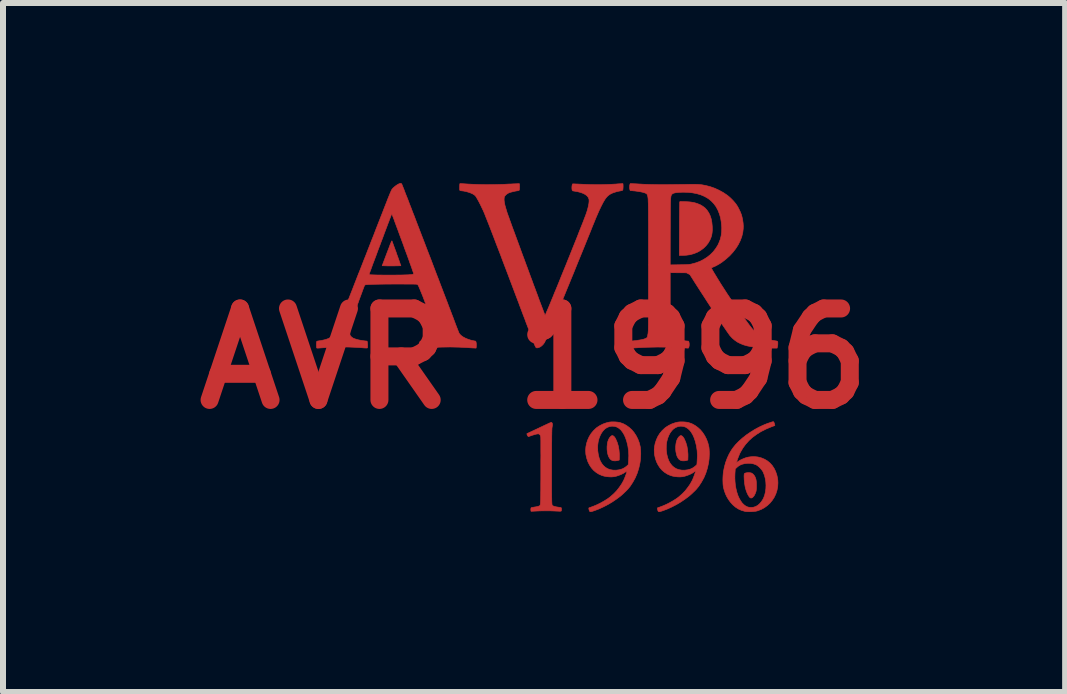
<source format=kicad_pcb>
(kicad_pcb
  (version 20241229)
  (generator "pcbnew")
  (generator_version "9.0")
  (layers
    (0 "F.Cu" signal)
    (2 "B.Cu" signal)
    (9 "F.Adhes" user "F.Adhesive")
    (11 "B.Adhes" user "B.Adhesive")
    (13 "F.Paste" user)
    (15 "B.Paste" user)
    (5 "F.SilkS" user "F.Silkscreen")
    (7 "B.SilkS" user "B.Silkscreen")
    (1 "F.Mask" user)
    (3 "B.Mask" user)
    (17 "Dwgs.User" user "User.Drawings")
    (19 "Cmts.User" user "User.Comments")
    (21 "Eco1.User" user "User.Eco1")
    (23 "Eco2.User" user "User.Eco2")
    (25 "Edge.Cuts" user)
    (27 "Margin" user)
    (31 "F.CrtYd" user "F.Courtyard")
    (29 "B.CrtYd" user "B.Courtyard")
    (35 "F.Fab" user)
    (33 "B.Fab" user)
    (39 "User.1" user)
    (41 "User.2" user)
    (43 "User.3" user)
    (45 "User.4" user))
  (footprint "AVR 1996"
    (layer "F.Cu")
    (at 5.849 2.925)
    (property "Reference" "AVR 1996" (at 0 0 0) (layer "F.Cu") (effects (font (size 1.524 1.524) (thickness 0.3))))
    (attr through_hole)
    (fp_poly (pts (xy 1.318 1.287) (xy 1.333 1.298) (xy 1.348 1.317) (xy 1.36 1.337) (xy 1.385 1.394) (xy 1.404 1.456) (xy 1.416 1.523) (xy 1.422 1.594) (xy 1.422 1.634) (xy 1.42 1.691) (xy 1.404 1.696) (xy 1.384 1.701) (xy 1.36 1.704) (xy 1.336 1.704) (xy 1.317 1.702) (xy 1.293 1.693) (xy 1.272 1.678) (xy 1.256 1.657) (xy 1.24 1.628) (xy 1.229 1.592) (xy 1.221 1.553) (xy 1.217 1.511) (xy 1.217 1.468) (xy 1.221 1.426) (xy 1.228 1.387) (xy 1.24 1.352) (xy 1.248 1.337) (xy 1.26 1.317) (xy 1.274 1.301) (xy 1.288 1.289) (xy 1.301 1.283) (xy 1.304 1.283) (xy 1.318 1.287)) (stroke (width 0.01) (type solid)) (fill yes) (layer "F.Cu"))
    (fp_poly (pts (xy 2.461 1.287) (xy 2.476 1.298) (xy 2.491 1.317) (xy 2.503 1.337) (xy 2.528 1.394) (xy 2.547 1.456) (xy 2.559 1.523) (xy 2.565 1.594) (xy 2.565 1.634) (xy 2.563 1.691) (xy 2.547 1.696) (xy 2.527 1.701) (xy 2.503 1.704) (xy 2.479 1.704) (xy 2.46 1.702) (xy 2.436 1.693) (xy 2.415 1.678) (xy 2.399 1.657) (xy 2.383 1.628) (xy 2.372 1.592) (xy 2.364 1.553) (xy 2.36 1.511) (xy 2.36 1.468) (xy 2.364 1.426) (xy 2.371 1.387) (xy 2.383 1.352) (xy 2.391 1.337) (xy 2.403 1.317) (xy 2.417 1.301) (xy 2.431 1.289) (xy 2.444 1.283) (xy 2.447 1.283) (xy 2.461 1.287)) (stroke (width 0.01) (type solid)) (fill yes) (layer "F.Cu"))
    (fp_poly (pts (xy -2.367 -1.96) (xy -2.362 -1.946) (xy -2.355 -1.927) (xy -2.346 -1.902) (xy -2.336 -1.874) (xy -2.324 -1.842) (xy -2.312 -1.809) (xy -2.299 -1.774) (xy -2.287 -1.738) (xy -2.274 -1.703) (xy -2.262 -1.67) (xy -2.251 -1.639) (xy -2.241 -1.61) (xy -2.233 -1.586) (xy -2.226 -1.567) (xy -2.221 -1.554) (xy -2.219 -1.548) (xy -2.219 -1.547) (xy -2.224 -1.547) (xy -2.236 -1.546) (xy -2.254 -1.546) (xy -2.277 -1.545) (xy -2.303 -1.545) (xy -2.331 -1.544) (xy -2.36 -1.544) (xy -2.389 -1.544) (xy -2.416 -1.544) (xy -2.44 -1.544) (xy -2.46 -1.545) (xy -2.464 -1.545) (xy -2.531 -1.547) (xy -2.451 -1.759) (xy -2.433 -1.806) (xy -2.418 -1.845) (xy -2.406 -1.878) (xy -2.396 -1.904) (xy -2.387 -1.925) (xy -2.381 -1.94) (xy -2.376 -1.951) (xy -2.372 -1.958) (xy -2.37 -1.961) (xy -2.368 -1.961) (xy -2.367 -1.96)) (stroke (width 0.01) (type solid)) (fill yes) (layer "F.Cu"))
    (fp_poly (pts (xy 2.512 -2.615) (xy 2.559 -2.613) (xy 2.599 -2.61) (xy 2.634 -2.605) (xy 2.667 -2.599) (xy 2.699 -2.59) (xy 2.718 -2.584) (xy 2.768 -2.564) (xy 2.812 -2.538) (xy 2.851 -2.508) (xy 2.884 -2.471) (xy 2.913 -2.427) (xy 2.916 -2.421) (xy 2.936 -2.378) (xy 2.952 -2.328) (xy 2.963 -2.272) (xy 2.969 -2.21) (xy 2.97 -2.193) (xy 2.971 -2.141) (xy 2.967 -2.094) (xy 2.96 -2.052) (xy 2.947 -2.012) (xy 2.931 -1.975) (xy 2.901 -1.923) (xy 2.864 -1.877) (xy 2.821 -1.836) (xy 2.773 -1.801) (xy 2.72 -1.771) (xy 2.662 -1.748) (xy 2.601 -1.731) (xy 2.536 -1.722) (xy 2.476 -1.719) (xy 2.421 -1.719) (xy 2.423 -2.158) (xy 2.423 -2.218) (xy 2.423 -2.277) (xy 2.424 -2.332) (xy 2.424 -2.384) (xy 2.425 -2.432) (xy 2.425 -2.475) (xy 2.425 -2.513) (xy 2.426 -2.546) (xy 2.426 -2.572) (xy 2.427 -2.591) (xy 2.427 -2.603) (xy 2.428 -2.607) (xy 2.431 -2.617) (xy 2.512 -2.615)) (stroke (width 0.01) (type solid)) (fill yes) (layer "F.Cu"))
    (fp_poly (pts (xy 3.595 1.902) (xy 3.615 1.905) (xy 3.617 1.905) (xy 3.633 1.913) (xy 3.65 1.926) (xy 3.666 1.944) (xy 3.679 1.963) (xy 3.682 1.97) (xy 3.691 1.991) (xy 3.698 2.013) (xy 3.702 2.037) (xy 3.705 2.065) (xy 3.706 2.099) (xy 3.706 2.117) (xy 3.706 2.147) (xy 3.705 2.171) (xy 3.703 2.189) (xy 3.701 2.204) (xy 3.699 2.214) (xy 3.685 2.252) (xy 3.668 2.285) (xy 3.65 2.306) (xy 3.635 2.319) (xy 3.62 2.324) (xy 3.606 2.322) (xy 3.6 2.318) (xy 3.587 2.305) (xy 3.574 2.286) (xy 3.56 2.261) (xy 3.547 2.232) (xy 3.535 2.2) (xy 3.525 2.166) (xy 3.524 2.164) (xy 3.518 2.138) (xy 3.513 2.108) (xy 3.508 2.077) (xy 3.505 2.045) (xy 3.502 2.014) (xy 3.501 1.985) (xy 3.5 1.96) (xy 3.501 1.939) (xy 3.503 1.924) (xy 3.506 1.917) (xy 3.516 1.91) (xy 3.531 1.905) (xy 3.551 1.902) (xy 3.573 1.901) (xy 3.595 1.902)) (stroke (width 0.01) (type solid)) (fill yes) (layer "F.Cu"))
    (fp_poly (pts (xy 0.296 1.066) (xy 0.303 1.078) (xy 0.303 1.078) (xy 0.306 1.086) (xy 0.307 1.094) (xy 0.307 1.103) (xy 0.306 1.117) (xy 0.302 1.138) (xy 0.302 1.138) (xy 0.301 1.145) (xy 0.3 1.153) (xy 0.299 1.161) (xy 0.298 1.171) (xy 0.298 1.183) (xy 0.297 1.198) (xy 0.297 1.215) (xy 0.296 1.236) (xy 0.296 1.261) (xy 0.295 1.289) (xy 0.295 1.323) (xy 0.295 1.361) (xy 0.294 1.405) (xy 0.294 1.455) (xy 0.294 1.512) (xy 0.294 1.575) (xy 0.294 1.646) (xy 0.293 1.724) (xy 0.293 1.767) (xy 0.293 1.856) (xy 0.293 1.937) (xy 0.293 2.01) (xy 0.293 2.075) (xy 0.293 2.134) (xy 0.293 2.186) (xy 0.293 2.232) (xy 0.294 2.273) (xy 0.294 2.308) (xy 0.295 2.338) (xy 0.295 2.363) (xy 0.296 2.384) (xy 0.297 2.402) (xy 0.298 2.416) (xy 0.299 2.427) (xy 0.3 2.435) (xy 0.302 2.441) (xy 0.303 2.443) (xy 0.31 2.451) (xy 0.324 2.458) (xy 0.345 2.465) (xy 0.371 2.471) (xy 0.402 2.476) (xy 0.423 2.479) (xy 0.438 2.481) (xy 0.449 2.484) (xy 0.454 2.487) (xy 0.456 2.494) (xy 0.457 2.507) (xy 0.457 2.521) (xy 0.455 2.534) (xy 0.453 2.54) (xy 0.451 2.541) (xy 0.447 2.543) (xy 0.439 2.543) (xy 0.427 2.544) (xy 0.41 2.543) (xy 0.387 2.542) (xy 0.357 2.541) (xy 0.338 2.54) (xy 0.261 2.537) (xy 0.183 2.537) (xy 0.102 2.538) (xy 0.015 2.542) (xy -0.001 2.543) (xy -0.05 2.545) (xy -0.053 2.527) (xy -0.054 2.512) (xy -0.052 2.498) (xy -0.052 2.496) (xy -0.05 2.49) (xy -0.047 2.486) (xy -0.042 2.483) (xy -0.033 2.481) (xy -0.018 2.479) (xy 0.002 2.475) (xy 0.035 2.47) (xy 0.062 2.464) (xy 0.082 2.458) (xy 0.094 2.452) (xy 0.097 2.45) (xy 0.099 2.447) (xy 0.101 2.443) (xy 0.102 2.439) (xy 0.104 2.433) (xy 0.105 2.425) (xy 0.106 2.414) (xy 0.107 2.401) (xy 0.108 2.384) (xy 0.109 2.364) (xy 0.11 2.339) (xy 0.11 2.31) (xy 0.111 2.277) (xy 0.111 2.237) (xy 0.112 2.192) (xy 0.112 2.14) (xy 0.112 2.082) (xy 0.113 2.017) (xy 0.113 1.944) (xy 0.113 1.863) (xy 0.113 1.859) (xy 0.113 1.77) (xy 0.113 1.689) (xy 0.114 1.616) (xy 0.113 1.552) (xy 0.113 1.495) (xy 0.113 1.445) (xy 0.113 1.403) (xy 0.113 1.368) (xy 0.112 1.341) (xy 0.112 1.32) (xy 0.111 1.306) (xy 0.11 1.298) (xy 0.11 1.297) (xy 0.102 1.276) (xy 0.09 1.262) (xy 0.077 1.255) (xy 0.066 1.255) (xy 0.048 1.257) (xy 0.025 1.262) (xy -0.002 1.27) (xy -0.033 1.279) (xy -0.046 1.284) (xy -0.094 1.301) (xy -0.104 1.29) (xy -0.112 1.279) (xy -0.117 1.265) (xy -0.119 1.251) (xy -0.065 1.226) (xy -0.048 1.218) (xy -0.025 1.207) (xy 0.003 1.194) (xy 0.035 1.179) (xy 0.069 1.163) (xy 0.104 1.146) (xy 0.135 1.132) (xy 0.167 1.116) (xy 0.198 1.102) (xy 0.226 1.089) (xy 0.249 1.078) (xy 0.268 1.07) (xy 0.281 1.065) (xy 0.288 1.063) (xy 0.288 1.063) (xy 0.296 1.066)) (stroke (width 0.01) (type solid)) (fill yes) (layer "F.Cu"))
    (fp_poly (pts (xy 1.357 1.056) (xy 1.39 1.059) (xy 1.419 1.063) (xy 1.434 1.067) (xy 1.488 1.086) (xy 1.539 1.114) (xy 1.586 1.148) (xy 1.63 1.188) (xy 1.668 1.234) (xy 1.702 1.286) (xy 1.73 1.341) (xy 1.753 1.401) (xy 1.769 1.465) (xy 1.772 1.481) (xy 1.775 1.511) (xy 1.777 1.548) (xy 1.778 1.588) (xy 1.776 1.63) (xy 1.774 1.672) (xy 1.769 1.712) (xy 1.765 1.74) (xy 1.746 1.826) (xy 1.72 1.909) (xy 1.687 1.987) (xy 1.646 2.061) (xy 1.6 2.131) (xy 1.579 2.156) (xy 1.562 2.177) (xy 1.539 2.201) (xy 1.513 2.226) (xy 1.486 2.252) (xy 1.459 2.276) (xy 1.439 2.293) (xy 1.375 2.341) (xy 1.306 2.388) (xy 1.232 2.432) (xy 1.157 2.471) (xy 1.081 2.506) (xy 1.008 2.534) (xy 0.998 2.537) (xy 0.974 2.545) (xy 0.956 2.55) (xy 0.943 2.552) (xy 0.935 2.551) (xy 0.929 2.547) (xy 0.925 2.543) (xy 0.921 2.534) (xy 0.917 2.521) (xy 0.914 2.507) (xy 0.913 2.496) (xy 0.913 2.489) (xy 0.914 2.489) (xy 0.919 2.486) (xy 0.93 2.482) (xy 0.94 2.479) (xy 0.996 2.458) (xy 1.055 2.433) (xy 1.115 2.403) (xy 1.173 2.37) (xy 1.227 2.336) (xy 1.275 2.3) (xy 1.278 2.297) (xy 1.329 2.252) (xy 1.377 2.202) (xy 1.42 2.147) (xy 1.459 2.091) (xy 1.491 2.034) (xy 1.498 2.019) (xy 1.506 2) (xy 1.515 1.978) (xy 1.524 1.954) (xy 1.533 1.93) (xy 1.54 1.908) (xy 1.546 1.891) (xy 1.547 1.884) (xy 1.55 1.87) (xy 1.528 1.887) (xy 1.495 1.909) (xy 1.456 1.929) (xy 1.414 1.946) (xy 1.371 1.96) (xy 1.33 1.969) (xy 1.328 1.969) (xy 1.292 1.972) (xy 1.251 1.971) (xy 1.209 1.967) (xy 1.167 1.959) (xy 1.13 1.948) (xy 1.08 1.926) (xy 1.034 1.897) (xy 0.992 1.862) (xy 0.955 1.82) (xy 0.924 1.773) (xy 0.898 1.721) (xy 0.879 1.665) (xy 0.865 1.604) (xy 0.863 1.59) (xy 0.86 1.53) (xy 0.861 1.509) (xy 1.06 1.509) (xy 1.062 1.54) (xy 1.071 1.601) (xy 1.085 1.657) (xy 1.104 1.706) (xy 1.128 1.748) (xy 1.157 1.784) (xy 1.19 1.813) (xy 1.228 1.836) (xy 1.27 1.851) (xy 1.317 1.859) (xy 1.367 1.86) (xy 1.421 1.853) (xy 1.427 1.851) (xy 1.469 1.839) (xy 1.508 1.819) (xy 1.542 1.794) (xy 1.544 1.792) (xy 1.571 1.767) (xy 1.575 1.706) (xy 1.579 1.618) (xy 1.575 1.535) (xy 1.563 1.455) (xy 1.544 1.378) (xy 1.524 1.319) (xy 1.502 1.27) (xy 1.476 1.227) (xy 1.448 1.191) (xy 1.416 1.163) (xy 1.383 1.143) (xy 1.347 1.131) (xy 1.309 1.127) (xy 1.294 1.127) (xy 1.254 1.134) (xy 1.217 1.149) (xy 1.183 1.171) (xy 1.153 1.201) (xy 1.125 1.239) (xy 1.105 1.276) (xy 1.084 1.328) (xy 1.069 1.385) (xy 1.061 1.445) (xy 1.06 1.509) (xy 0.861 1.509) (xy 0.864 1.47) (xy 0.876 1.411) (xy 0.895 1.354) (xy 0.92 1.299) (xy 0.952 1.248) (xy 0.99 1.202) (xy 1.033 1.161) (xy 1.05 1.147) (xy 1.097 1.117) (xy 1.148 1.091) (xy 1.201 1.072) (xy 1.253 1.059) (xy 1.261 1.058) (xy 1.29 1.055) (xy 1.323 1.055) (xy 1.357 1.056)) (stroke (width 0.01) (type solid)) (fill yes) (layer "F.Cu"))
    (fp_poly (pts (xy 2.5 1.056) (xy 2.533 1.059) (xy 2.562 1.063) (xy 2.577 1.067) (xy 2.631 1.086) (xy 2.682 1.114) (xy 2.729 1.148) (xy 2.773 1.188) (xy 2.811 1.234) (xy 2.845 1.286) (xy 2.873 1.341) (xy 2.896 1.401) (xy 2.912 1.465) (xy 2.915 1.481) (xy 2.918 1.511) (xy 2.92 1.548) (xy 2.921 1.588) (xy 2.919 1.63) (xy 2.917 1.672) (xy 2.912 1.712) (xy 2.908 1.74) (xy 2.889 1.826) (xy 2.863 1.909) (xy 2.83 1.987) (xy 2.789 2.061) (xy 2.743 2.131) (xy 2.722 2.156) (xy 2.705 2.177) (xy 2.682 2.201) (xy 2.656 2.226) (xy 2.629 2.252) (xy 2.602 2.276) (xy 2.582 2.293) (xy 2.518 2.341) (xy 2.449 2.388) (xy 2.375 2.432) (xy 2.3 2.471) (xy 2.224 2.506) (xy 2.151 2.534) (xy 2.141 2.537) (xy 2.117 2.545) (xy 2.099 2.55) (xy 2.086 2.552) (xy 2.078 2.551) (xy 2.072 2.547) (xy 2.068 2.543) (xy 2.064 2.534) (xy 2.06 2.521) (xy 2.057 2.507) (xy 2.056 2.496) (xy 2.056 2.489) (xy 2.057 2.489) (xy 2.062 2.486) (xy 2.073 2.482) (xy 2.083 2.479) (xy 2.139 2.458) (xy 2.198 2.433) (xy 2.258 2.403) (xy 2.316 2.37) (xy 2.37 2.336) (xy 2.418 2.3) (xy 2.421 2.297) (xy 2.472 2.252) (xy 2.52 2.202) (xy 2.563 2.147) (xy 2.602 2.091) (xy 2.634 2.034) (xy 2.641 2.019) (xy 2.649 2) (xy 2.658 1.978) (xy 2.667 1.954) (xy 2.676 1.93) (xy 2.683 1.908) (xy 2.689 1.891) (xy 2.69 1.884) (xy 2.693 1.87) (xy 2.671 1.887) (xy 2.638 1.909) (xy 2.599 1.929) (xy 2.557 1.946) (xy 2.514 1.96) (xy 2.473 1.969) (xy 2.471 1.969) (xy 2.435 1.972) (xy 2.394 1.971) (xy 2.352 1.967) (xy 2.31 1.959) (xy 2.273 1.948) (xy 2.223 1.926) (xy 2.177 1.897) (xy 2.135 1.862) (xy 2.098 1.82) (xy 2.067 1.773) (xy 2.041 1.721) (xy 2.022 1.665) (xy 2.008 1.604) (xy 2.006 1.59) (xy 2.003 1.53) (xy 2.004 1.509) (xy 2.203 1.509) (xy 2.205 1.54) (xy 2.214 1.601) (xy 2.228 1.657) (xy 2.247 1.706) (xy 2.271 1.748) (xy 2.3 1.784) (xy 2.333 1.813) (xy 2.371 1.836) (xy 2.413 1.851) (xy 2.46 1.859) (xy 2.51 1.86) (xy 2.564 1.853) (xy 2.57 1.851) (xy 2.612 1.839) (xy 2.651 1.819) (xy 2.685 1.794) (xy 2.687 1.792) (xy 2.714 1.767) (xy 2.718 1.706) (xy 2.722 1.618) (xy 2.718 1.535) (xy 2.706 1.455) (xy 2.687 1.378) (xy 2.667 1.319) (xy 2.645 1.27) (xy 2.619 1.227) (xy 2.591 1.191) (xy 2.559 1.163) (xy 2.526 1.143) (xy 2.49 1.131) (xy 2.452 1.127) (xy 2.437 1.127) (xy 2.397 1.134) (xy 2.36 1.149) (xy 2.326 1.171) (xy 2.296 1.201) (xy 2.268 1.239) (xy 2.248 1.276) (xy 2.227 1.328) (xy 2.212 1.385) (xy 2.204 1.445) (xy 2.203 1.509) (xy 2.004 1.509) (xy 2.007 1.47) (xy 2.019 1.411) (xy 2.038 1.354) (xy 2.063 1.299) (xy 2.095 1.248) (xy 2.133 1.202) (xy 2.176 1.161) (xy 2.193 1.147) (xy 2.24 1.117) (xy 2.291 1.091) (xy 2.344 1.072) (xy 2.396 1.059) (xy 2.404 1.058) (xy 2.433 1.055) (xy 2.466 1.055) (xy 2.5 1.056)) (stroke (width 0.01) (type solid)) (fill yes) (layer "F.Cu"))
    (fp_poly (pts (xy 3.99 1.052) (xy 3.995 1.058) (xy 4.001 1.07) (xy 4.006 1.085) (xy 4.01 1.102) (xy 4.011 1.103) (xy 4.013 1.116) (xy 3.953 1.138) (xy 3.865 1.175) (xy 3.784 1.216) (xy 3.71 1.262) (xy 3.642 1.312) (xy 3.581 1.367) (xy 3.527 1.427) (xy 3.48 1.491) (xy 3.44 1.559) (xy 3.431 1.577) (xy 3.423 1.594) (xy 3.415 1.615) (xy 3.406 1.637) (xy 3.397 1.66) (xy 3.389 1.682) (xy 3.383 1.701) (xy 3.378 1.716) (xy 3.375 1.727) (xy 3.375 1.73) (xy 3.379 1.729) (xy 3.389 1.723) (xy 3.401 1.715) (xy 3.405 1.712) (xy 3.439 1.691) (xy 3.479 1.672) (xy 3.522 1.655) (xy 3.541 1.649) (xy 3.575 1.641) (xy 3.615 1.636) (xy 3.656 1.634) (xy 3.696 1.636) (xy 3.731 1.64) (xy 3.788 1.655) (xy 3.841 1.677) (xy 3.888 1.705) (xy 3.931 1.74) (xy 3.968 1.781) (xy 4 1.829) (xy 4.026 1.882) (xy 4.046 1.941) (xy 4.055 1.981) (xy 4.062 2.025) (xy 4.064 2.073) (xy 4.064 2.074) (xy 4.06 2.137) (xy 4.048 2.198) (xy 4.029 2.256) (xy 4.003 2.311) (xy 3.97 2.362) (xy 3.932 2.408) (xy 3.888 2.449) (xy 3.839 2.485) (xy 3.785 2.514) (xy 3.727 2.536) (xy 3.71 2.541) (xy 3.688 2.545) (xy 3.66 2.548) (xy 3.628 2.551) (xy 3.596 2.552) (xy 3.565 2.551) (xy 3.537 2.55) (xy 3.515 2.547) (xy 3.514 2.546) (xy 3.457 2.53) (xy 3.404 2.506) (xy 3.356 2.475) (xy 3.311 2.436) (xy 3.27 2.39) (xy 3.241 2.35) (xy 3.212 2.302) (xy 3.189 2.253) (xy 3.17 2.199) (xy 3.155 2.142) (xy 3.152 2.119) (xy 3.149 2.09) (xy 3.148 2.056) (xy 3.147 2.019) (xy 3.148 1.984) (xy 3.346 1.984) (xy 3.349 2.049) (xy 3.355 2.112) (xy 3.366 2.172) (xy 3.38 2.228) (xy 3.397 2.28) (xy 3.418 2.327) (xy 3.442 2.369) (xy 3.468 2.406) (xy 3.497 2.435) (xy 3.528 2.458) (xy 3.561 2.473) (xy 3.568 2.475) (xy 3.59 2.479) (xy 3.616 2.48) (xy 3.642 2.479) (xy 3.661 2.476) (xy 3.696 2.464) (xy 3.73 2.444) (xy 3.761 2.417) (xy 3.789 2.384) (xy 3.814 2.345) (xy 3.825 2.323) (xy 3.843 2.276) (xy 3.855 2.224) (xy 3.863 2.168) (xy 3.865 2.112) (xy 3.862 2.055) (xy 3.853 1.999) (xy 3.84 1.947) (xy 3.821 1.9) (xy 3.812 1.88) (xy 3.796 1.857) (xy 3.776 1.833) (xy 3.754 1.81) (xy 3.73 1.79) (xy 3.708 1.775) (xy 3.7 1.77) (xy 3.657 1.755) (xy 3.61 1.746) (xy 3.56 1.745) (xy 3.556 1.746) (xy 3.509 1.751) (xy 3.468 1.761) (xy 3.432 1.776) (xy 3.399 1.797) (xy 3.38 1.814) (xy 3.353 1.839) (xy 3.348 1.917) (xy 3.346 1.984) (xy 3.148 1.984) (xy 3.148 1.982) (xy 3.15 1.945) (xy 3.153 1.911) (xy 3.155 1.89) (xy 3.171 1.81) (xy 3.192 1.732) (xy 3.22 1.657) (xy 3.253 1.586) (xy 3.292 1.521) (xy 3.318 1.484) (xy 3.362 1.43) (xy 3.414 1.377) (xy 3.472 1.325) (xy 3.536 1.274) (xy 3.605 1.227) (xy 3.677 1.182) (xy 3.751 1.142) (xy 3.813 1.113) (xy 3.838 1.102) (xy 3.865 1.091) (xy 3.892 1.081) (xy 3.918 1.072) (xy 3.942 1.064) (xy 3.963 1.057) (xy 3.978 1.053) (xy 3.988 1.052) (xy 3.99 1.052)) (stroke (width 0.01) (type solid)) (fill yes) (layer "F.Cu"))
    (fp_poly (pts (xy 1.481 -2.915) (xy 1.481 -2.914) (xy 1.483 -2.909) (xy 1.483 -2.897) (xy 1.484 -2.88) (xy 1.484 -2.862) (xy 1.483 -2.843) (xy 1.482 -2.827) (xy 1.48 -2.814) (xy 1.479 -2.809) (xy 1.474 -2.804) (xy 1.466 -2.8) (xy 1.452 -2.797) (xy 1.439 -2.794) (xy 1.408 -2.788) (xy 1.373 -2.78) (xy 1.339 -2.769) (xy 1.307 -2.758) (xy 1.289 -2.749) (xy 1.265 -2.737) (xy 1.244 -2.722) (xy 1.224 -2.705) (xy 1.205 -2.684) (xy 1.186 -2.659) (xy 1.167 -2.628) (xy 1.146 -2.592) (xy 1.127 -2.554) (xy 1.115 -2.531) (xy 1.104 -2.507) (xy 1.092 -2.483) (xy 1.08 -2.457) (xy 1.068 -2.429) (xy 1.055 -2.399) (xy 1.04 -2.365) (xy 1.024 -2.327) (xy 1.007 -2.284) (xy 0.987 -2.236) (xy 0.965 -2.182) (xy 0.941 -2.121) (xy 0.921 -2.072) (xy 0.891 -1.998) (xy 0.86 -1.921) (xy 0.828 -1.842) (xy 0.795 -1.761) (xy 0.761 -1.678) (xy 0.727 -1.595) (xy 0.693 -1.511) (xy 0.659 -1.426) (xy 0.624 -1.342) (xy 0.59 -1.258) (xy 0.555 -1.174) (xy 0.522 -1.093) (xy 0.489 -1.012) (xy 0.456 -0.934) (xy 0.425 -0.858) (xy 0.395 -0.785) (xy 0.366 -0.716) (xy 0.338 -0.65) (xy 0.312 -0.587) (xy 0.288 -0.53) (xy 0.266 -0.476) (xy 0.246 -0.429) (xy 0.228 -0.386) (xy 0.212 -0.35) (xy 0.199 -0.319) (xy 0.188 -0.296) (xy 0.181 -0.28) (xy 0.177 -0.271) (xy 0.156 -0.241) (xy 0.132 -0.216) (xy 0.106 -0.196) (xy 0.079 -0.184) (xy 0.06 -0.179) (xy 0.046 -0.178) (xy 0.038 -0.181) (xy 0.033 -0.185) (xy 0.031 -0.187) (xy 0.029 -0.189) (xy 0.027 -0.192) (xy 0.025 -0.196) (xy 0.022 -0.201) (xy 0.019 -0.208) (xy 0.015 -0.216) (xy 0.01 -0.227) (xy 0.005 -0.241) (xy -0.002 -0.257) (xy -0.01 -0.277) (xy -0.019 -0.301) (xy -0.029 -0.328) (xy -0.042 -0.36) (xy -0.056 -0.397) (xy -0.071 -0.439) (xy -0.089 -0.486) (xy -0.109 -0.539) (xy -0.132 -0.598) (xy -0.156 -0.664) (xy -0.184 -0.736) (xy -0.214 -0.816) (xy -0.247 -0.903) (xy -0.248 -0.908) (xy -0.298 -1.039) (xy -0.346 -1.166) (xy -0.392 -1.288) (xy -0.436 -1.405) (xy -0.479 -1.518) (xy -0.52 -1.625) (xy -0.558 -1.727) (xy -0.595 -1.823) (xy -0.63 -1.913) (xy -0.662 -1.998) (xy -0.692 -2.076) (xy -0.72 -2.148) (xy -0.745 -2.213) (xy -0.768 -2.271) (xy -0.788 -2.322) (xy -0.806 -2.366) (xy -0.82 -2.403) (xy -0.832 -2.432) (xy -0.836 -2.441) (xy -0.851 -2.475) (xy -0.868 -2.51) (xy -0.885 -2.546) (xy -0.903 -2.582) (xy -0.92 -2.615) (xy -0.937 -2.646) (xy -0.952 -2.672) (xy -0.965 -2.694) (xy -0.976 -2.709) (xy -0.979 -2.713) (xy -0.998 -2.729) (xy -1.023 -2.744) (xy -1.054 -2.758) (xy -1.09 -2.771) (xy -1.129 -2.782) (xy -1.171 -2.791) (xy -1.21 -2.796) (xy -1.225 -2.798) (xy -1.233 -2.801) (xy -1.237 -2.805) (xy -1.239 -2.809) (xy -1.24 -2.817) (xy -1.24 -2.831) (xy -1.24 -2.848) (xy -1.24 -2.867) (xy -1.239 -2.885) (xy -1.238 -2.9) (xy -1.237 -2.911) (xy -1.236 -2.914) (xy -1.231 -2.915) (xy -1.219 -2.915) (xy -1.2 -2.914) (xy -1.176 -2.913) (xy -1.147 -2.911) (xy -1.115 -2.909) (xy -1.083 -2.907) (xy -0.949 -2.901) (xy -0.807 -2.898) (xy -0.66 -2.899) (xy -0.507 -2.903) (xy -0.42 -2.908) (xy -0.382 -2.909) (xy -0.348 -2.911) (xy -0.316 -2.912) (xy -0.29 -2.913) (xy -0.269 -2.914) (xy -0.254 -2.915) (xy -0.246 -2.914) (xy -0.245 -2.914) (xy -0.243 -2.909) (xy -0.242 -2.898) (xy -0.242 -2.882) (xy -0.241 -2.864) (xy -0.242 -2.845) (xy -0.243 -2.829) (xy -0.244 -2.816) (xy -0.245 -2.81) (xy -0.248 -2.805) (xy -0.253 -2.801) (xy -0.262 -2.798) (xy -0.277 -2.796) (xy -0.284 -2.795) (xy -0.313 -2.79) (xy -0.343 -2.783) (xy -0.372 -2.776) (xy -0.398 -2.769) (xy -0.419 -2.761) (xy -0.426 -2.758) (xy -0.449 -2.744) (xy -0.47 -2.727) (xy -0.485 -2.709) (xy -0.492 -2.699) (xy -0.497 -2.681) (xy -0.499 -2.658) (xy -0.498 -2.629) (xy -0.493 -2.596) (xy -0.485 -2.556) (xy -0.472 -2.51) (xy -0.456 -2.456) (xy -0.452 -2.443) (xy -0.448 -2.43) (xy -0.441 -2.411) (xy -0.432 -2.385) (xy -0.42 -2.353) (xy -0.407 -2.315) (xy -0.391 -2.272) (xy -0.374 -2.224) (xy -0.355 -2.172) (xy -0.334 -2.116) (xy -0.312 -2.056) (xy -0.289 -1.993) (xy -0.265 -1.928) (xy -0.24 -1.86) (xy -0.215 -1.791) (xy -0.189 -1.72) (xy -0.162 -1.649) (xy -0.136 -1.577) (xy -0.109 -1.505) (xy -0.083 -1.434) (xy -0.057 -1.363) (xy -0.031 -1.294) (xy -0.007 -1.227) (xy 0.018 -1.162) (xy 0.041 -1.1) (xy 0.063 -1.041) (xy 0.083 -0.985) (xy 0.102 -0.934) (xy 0.12 -0.887) (xy 0.136 -0.845) (xy 0.15 -0.808) (xy 0.161 -0.777) (xy 0.171 -0.753) (xy 0.178 -0.735) (xy 0.182 -0.724) (xy 0.184 -0.721) (xy 0.186 -0.724) (xy 0.191 -0.735) (xy 0.199 -0.752) (xy 0.209 -0.777) (xy 0.222 -0.807) (xy 0.238 -0.843) (xy 0.255 -0.884) (xy 0.274 -0.93) (xy 0.295 -0.981) (xy 0.318 -1.036) (xy 0.341 -1.094) (xy 0.367 -1.155) (xy 0.393 -1.219) (xy 0.42 -1.285) (xy 0.447 -1.353) (xy 0.475 -1.422) (xy 0.504 -1.493) (xy 0.533 -1.563) (xy 0.561 -1.634) (xy 0.59 -1.705) (xy 0.618 -1.775) (xy 0.645 -1.843) (xy 0.672 -1.91) (xy 0.698 -1.975) (xy 0.723 -2.037) (xy 0.746 -2.097) (xy 0.768 -2.153) (xy 0.789 -2.205) (xy 0.808 -2.253) (xy 0.825 -2.296) (xy 0.839 -2.335) (xy 0.852 -2.367) (xy 0.862 -2.394) (xy 0.869 -2.414) (xy 0.871 -2.419) (xy 0.886 -2.465) (xy 0.898 -2.509) (xy 0.907 -2.549) (xy 0.914 -2.586) (xy 0.917 -2.617) (xy 0.917 -2.642) (xy 0.915 -2.657) (xy 0.903 -2.686) (xy 0.883 -2.711) (xy 0.855 -2.733) (xy 0.819 -2.752) (xy 0.776 -2.768) (xy 0.725 -2.781) (xy 0.667 -2.791) (xy 0.66 -2.792) (xy 0.647 -2.794) (xy 0.64 -2.798) (xy 0.636 -2.805) (xy 0.635 -2.808) (xy 0.632 -2.822) (xy 0.631 -2.84) (xy 0.631 -2.86) (xy 0.633 -2.879) (xy 0.636 -2.895) (xy 0.64 -2.907) (xy 0.644 -2.911) (xy 0.649 -2.911) (xy 0.661 -2.911) (xy 0.68 -2.91) (xy 0.704 -2.909) (xy 0.732 -2.908) (xy 0.764 -2.906) (xy 0.776 -2.906) (xy 0.858 -2.902) (xy 0.943 -2.899) (xy 1.029 -2.898) (xy 1.115 -2.898) (xy 1.197 -2.9) (xy 1.275 -2.903) (xy 1.347 -2.907) (xy 1.354 -2.907) (xy 1.386 -2.91) (xy 1.415 -2.912) (xy 1.44 -2.913) (xy 1.46 -2.914) (xy 1.474 -2.915) (xy 1.481 -2.915)) (stroke (width 0.01) (type solid)) (fill yes) (layer "F.Cu"))
    (fp_poly (pts (xy 1.622 -2.915) (xy 1.641 -2.914) (xy 1.666 -2.913) (xy 1.695 -2.912) (xy 1.728 -2.91) (xy 1.764 -2.908) (xy 1.768 -2.908) (xy 1.817 -2.905) (xy 1.866 -2.903) (xy 1.916 -2.901) (xy 1.969 -2.9) (xy 2.024 -2.899) (xy 2.082 -2.898) (xy 2.146 -2.898) (xy 2.214 -2.898) (xy 2.288 -2.899) (xy 2.369 -2.9) (xy 2.457 -2.901) (xy 2.485 -2.901) (xy 2.54 -2.902) (xy 2.588 -2.903) (xy 2.63 -2.903) (xy 2.665 -2.903) (xy 2.696 -2.903) (xy 2.722 -2.902) (xy 2.746 -2.901) (xy 2.767 -2.899) (xy 2.787 -2.897) (xy 2.807 -2.894) (xy 2.828 -2.89) (xy 2.849 -2.886) (xy 2.857 -2.885) (xy 2.934 -2.865) (xy 3.009 -2.839) (xy 3.083 -2.805) (xy 3.154 -2.766) (xy 3.219 -2.722) (xy 3.239 -2.706) (xy 3.265 -2.684) (xy 3.293 -2.657) (xy 3.32 -2.629) (xy 3.345 -2.6) (xy 3.366 -2.574) (xy 3.375 -2.56) (xy 3.391 -2.536) (xy 3.407 -2.506) (xy 3.423 -2.474) (xy 3.438 -2.443) (xy 3.449 -2.414) (xy 3.455 -2.4) (xy 3.467 -2.356) (xy 3.477 -2.307) (xy 3.484 -2.257) (xy 3.487 -2.209) (xy 3.486 -2.166) (xy 3.486 -2.165) (xy 3.478 -2.097) (xy 3.461 -2.03) (xy 3.436 -1.964) (xy 3.403 -1.898) (xy 3.363 -1.835) (xy 3.316 -1.774) (xy 3.263 -1.716) (xy 3.202 -1.661) (xy 3.136 -1.609) (xy 3.128 -1.604) (xy 3.097 -1.583) (xy 3.063 -1.563) (xy 3.028 -1.544) (xy 2.995 -1.529) (xy 2.989 -1.527) (xy 2.974 -1.52) (xy 2.962 -1.514) (xy 2.955 -1.51) (xy 2.955 -1.509) (xy 2.957 -1.504) (xy 2.963 -1.492) (xy 2.973 -1.475) (xy 2.985 -1.454) (xy 3 -1.428) (xy 3.017 -1.4) (xy 3.036 -1.369) (xy 3.055 -1.337) (xy 3.075 -1.305) (xy 3.095 -1.273) (xy 3.104 -1.257) (xy 3.161 -1.169) (xy 3.22 -1.077) (xy 3.284 -0.983) (xy 3.351 -0.885) (xy 3.424 -0.783) (xy 3.502 -0.675) (xy 3.517 -0.654) (xy 3.546 -0.615) (xy 3.57 -0.582) (xy 3.59 -0.555) (xy 3.608 -0.532) (xy 3.623 -0.513) (xy 3.637 -0.496) (xy 3.649 -0.482) (xy 3.661 -0.469) (xy 3.673 -0.456) (xy 3.687 -0.443) (xy 3.69 -0.44) (xy 3.736 -0.4) (xy 3.784 -0.368) (xy 3.836 -0.341) (xy 3.891 -0.321) (xy 3.953 -0.307) (xy 3.978 -0.303) (xy 4.005 -0.299) (xy 4.026 -0.295) (xy 4.04 -0.293) (xy 4.049 -0.29) (xy 4.055 -0.288) (xy 4.058 -0.285) (xy 4.06 -0.281) (xy 4.061 -0.277) (xy 4.062 -0.265) (xy 4.062 -0.246) (xy 4.061 -0.225) (xy 4.058 -0.204) (xy 4.055 -0.192) (xy 4.05 -0.174) (xy 3.988 -0.174) (xy 3.946 -0.174) (xy 3.898 -0.176) (xy 3.848 -0.178) (xy 3.798 -0.18) (xy 3.75 -0.184) (xy 3.707 -0.187) (xy 3.694 -0.188) (xy 3.62 -0.198) (xy 3.553 -0.211) (xy 3.493 -0.228) (xy 3.438 -0.25) (xy 3.389 -0.275) (xy 3.344 -0.306) (xy 3.303 -0.341) (xy 3.266 -0.381) (xy 3.266 -0.381) (xy 3.256 -0.394) (xy 3.242 -0.414) (xy 3.224 -0.439) (xy 3.202 -0.471) (xy 3.177 -0.508) (xy 3.148 -0.55) (xy 3.117 -0.596) (xy 3.084 -0.647) (xy 3.048 -0.701) (xy 3.01 -0.758) (xy 2.971 -0.818) (xy 2.93 -0.881) (xy 2.888 -0.945) (xy 2.846 -1.011) (xy 2.803 -1.077) (xy 2.759 -1.145) (xy 2.716 -1.212) (xy 2.673 -1.279) (xy 2.643 -1.327) (xy 2.597 -1.399) (xy 2.539 -1.429) (xy 2.404 -1.43) (xy 2.269 -1.431) (xy 2.269 -0.984) (xy 2.269 -0.913) (xy 2.269 -0.845) (xy 2.27 -0.782) (xy 2.27 -0.722) (xy 2.27 -0.668) (xy 2.271 -0.619) (xy 2.271 -0.576) (xy 2.272 -0.54) (xy 2.272 -0.51) (xy 2.273 -0.488) (xy 2.274 -0.474) (xy 2.274 -0.474) (xy 2.277 -0.434) (xy 2.281 -0.401) (xy 2.286 -0.375) (xy 2.291 -0.357) (xy 2.297 -0.347) (xy 2.308 -0.339) (xy 2.326 -0.331) (xy 2.351 -0.324) (xy 2.381 -0.316) (xy 2.417 -0.309) (xy 2.456 -0.303) (xy 2.498 -0.298) (xy 2.521 -0.295) (xy 2.576 -0.29) (xy 2.581 -0.275) (xy 2.585 -0.258) (xy 2.586 -0.239) (xy 2.586 -0.22) (xy 2.583 -0.202) (xy 2.579 -0.187) (xy 2.574 -0.177) (xy 2.568 -0.174) (xy 2.562 -0.174) (xy 2.549 -0.175) (xy 2.529 -0.176) (xy 2.504 -0.177) (xy 2.475 -0.179) (xy 2.442 -0.181) (xy 2.41 -0.183) (xy 2.234 -0.19) (xy 2.055 -0.192) (xy 1.876 -0.188) (xy 1.77 -0.183) (xy 1.735 -0.181) (xy 1.702 -0.179) (xy 1.672 -0.177) (xy 1.648 -0.176) (xy 1.628 -0.175) (xy 1.616 -0.174) (xy 1.61 -0.174) (xy 1.604 -0.177) (xy 1.599 -0.183) (xy 1.597 -0.193) (xy 1.595 -0.208) (xy 1.594 -0.227) (xy 1.594 -0.246) (xy 1.595 -0.264) (xy 1.598 -0.277) (xy 1.599 -0.283) (xy 1.607 -0.29) (xy 1.618 -0.292) (xy 1.633 -0.293) (xy 1.654 -0.295) (xy 1.68 -0.298) (xy 1.708 -0.301) (xy 1.736 -0.306) (xy 1.763 -0.31) (xy 1.787 -0.314) (xy 1.791 -0.315) (xy 1.825 -0.323) (xy 1.852 -0.332) (xy 1.871 -0.341) (xy 1.883 -0.351) (xy 1.886 -0.356) (xy 1.889 -0.364) (xy 1.893 -0.379) (xy 1.896 -0.399) (xy 1.9 -0.42) (xy 1.9 -0.426) (xy 1.901 -0.432) (xy 1.902 -0.439) (xy 1.902 -0.448) (xy 1.903 -0.458) (xy 1.904 -0.469) (xy 1.904 -0.483) (xy 1.904 -0.5) (xy 1.905 -0.519) (xy 1.905 -0.541) (xy 1.906 -0.567) (xy 1.906 -0.596) (xy 1.906 -0.63) (xy 1.906 -0.667) (xy 1.906 -0.71) (xy 1.907 -0.758) (xy 1.907 -0.811) (xy 1.907 -0.869) (xy 1.907 -0.934) (xy 1.907 -1.005) (xy 1.907 -1.083) (xy 1.907 -1.167) (xy 1.907 -1.259) (xy 1.907 -1.359) (xy 1.907 -1.466) (xy 1.907 -1.539) (xy 1.907 -1.561) (xy 2.269 -1.561) (xy 2.42 -1.563) (xy 2.461 -1.564) (xy 2.495 -1.564) (xy 2.523 -1.565) (xy 2.545 -1.566) (xy 2.563 -1.567) (xy 2.579 -1.568) (xy 2.592 -1.57) (xy 2.605 -1.572) (xy 2.618 -1.574) (xy 2.69 -1.593) (xy 2.759 -1.618) (xy 2.823 -1.65) (xy 2.883 -1.688) (xy 2.937 -1.731) (xy 2.985 -1.779) (xy 3.027 -1.833) (xy 3.063 -1.89) (xy 3.08 -1.927) (xy 3.103 -1.986) (xy 3.118 -2.047) (xy 3.126 -2.112) (xy 3.128 -2.18) (xy 3.127 -2.195) (xy 3.12 -2.273) (xy 3.108 -2.346) (xy 3.088 -2.413) (xy 3.063 -2.475) (xy 3.032 -2.532) (xy 2.995 -2.582) (xy 2.952 -2.627) (xy 2.903 -2.666) (xy 2.848 -2.698) (xy 2.843 -2.701) (xy 2.78 -2.728) (xy 2.712 -2.748) (xy 2.639 -2.762) (xy 2.562 -2.77) (xy 2.478 -2.772) (xy 2.453 -2.771) (xy 2.41 -2.769) (xy 2.375 -2.766) (xy 2.347 -2.761) (xy 2.325 -2.755) (xy 2.309 -2.747) (xy 2.297 -2.737) (xy 2.289 -2.726) (xy 2.287 -2.721) (xy 2.285 -2.715) (xy 2.283 -2.708) (xy 2.281 -2.7) (xy 2.28 -2.69) (xy 2.278 -2.678) (xy 2.277 -2.664) (xy 2.276 -2.646) (xy 2.275 -2.625) (xy 2.274 -2.6) (xy 2.273 -2.57) (xy 2.273 -2.536) (xy 2.272 -2.496) (xy 2.272 -2.451) (xy 2.272 -2.399) (xy 2.271 -2.341) (xy 2.271 -2.276) (xy 2.271 -2.203) (xy 2.27 -2.122) (xy 2.27 -2.1) (xy 2.269 -1.561) (xy 1.907 -1.561) (xy 1.907 -1.654) (xy 1.907 -1.761) (xy 1.907 -1.86) (xy 1.907 -1.952) (xy 1.907 -2.037) (xy 1.907 -2.114) (xy 1.907 -2.185) (xy 1.907 -2.25) (xy 1.906 -2.309) (xy 1.906 -2.362) (xy 1.906 -2.41) (xy 1.906 -2.453) (xy 1.905 -2.492) (xy 1.905 -2.526) (xy 1.904 -2.555) (xy 1.904 -2.582) (xy 1.903 -2.604) (xy 1.902 -2.624) (xy 1.902 -2.641) (xy 1.901 -2.656) (xy 1.9 -2.668) (xy 1.899 -2.679) (xy 1.897 -2.688) (xy 1.896 -2.696) (xy 1.895 -2.703) (xy 1.893 -2.709) (xy 1.892 -2.715) (xy 1.89 -2.72) (xy 1.885 -2.734) (xy 1.879 -2.742) (xy 1.869 -2.75) (xy 1.864 -2.753) (xy 1.842 -2.762) (xy 1.812 -2.771) (xy 1.774 -2.779) (xy 1.73 -2.786) (xy 1.68 -2.793) (xy 1.655 -2.795) (xy 1.602 -2.8) (xy 1.597 -2.815) (xy 1.594 -2.831) (xy 1.592 -2.849) (xy 1.593 -2.869) (xy 1.594 -2.887) (xy 1.598 -2.903) (xy 1.602 -2.913) (xy 1.604 -2.915) (xy 1.609 -2.915) (xy 1.622 -2.915)) (stroke (width 0.01) (type solid)) (fill yes) (layer "F.Cu"))
    (fp_poly (pts (xy -2.221 -2.919) (xy -2.211 -2.915) (xy -2.205 -2.911) (xy -2.203 -2.907) (xy -2.199 -2.895) (xy -2.191 -2.876) (xy -2.181 -2.851) (xy -2.168 -2.819) (xy -2.154 -2.78) (xy -2.137 -2.736) (xy -2.117 -2.687) (xy -2.096 -2.633) (xy -2.074 -2.574) (xy -2.049 -2.511) (xy -2.024 -2.444) (xy -1.996 -2.374) (xy -1.968 -2.3) (xy -1.939 -2.224) (xy -1.909 -2.146) (xy -1.878 -2.065) (xy -1.846 -1.983) (xy -1.814 -1.899) (xy -1.782 -1.815) (xy -1.749 -1.73) (xy -1.716 -1.645) (xy -1.684 -1.56) (xy -1.652 -1.476) (xy -1.62 -1.392) (xy -1.588 -1.31) (xy -1.558 -1.23) (xy -1.528 -1.152) (xy -1.499 -1.076) (xy -1.471 -1.003) (xy -1.444 -0.933) (xy -1.419 -0.866) (xy -1.395 -0.804) (xy -1.373 -0.745) (xy -1.352 -0.692) (xy -1.334 -0.643) (xy -1.318 -0.6) (xy -1.305 -0.565) (xy -1.293 -0.534) (xy -1.281 -0.504) (xy -1.271 -0.478) (xy -1.262 -0.455) (xy -1.255 -0.438) (xy -1.251 -0.427) (xy -1.25 -0.425) (xy -1.234 -0.403) (xy -1.211 -0.381) (xy -1.181 -0.36) (xy -1.146 -0.341) (xy -1.105 -0.324) (xy -1.061 -0.309) (xy -1.013 -0.298) (xy -1.009 -0.297) (xy -0.972 -0.29) (xy -0.966 -0.273) (xy -0.964 -0.263) (xy -0.962 -0.247) (xy -0.962 -0.229) (xy -0.962 -0.211) (xy -0.963 -0.195) (xy -0.964 -0.182) (xy -0.966 -0.175) (xy -0.966 -0.175) (xy -0.971 -0.175) (xy -0.983 -0.175) (xy -1.002 -0.176) (xy -1.026 -0.177) (xy -1.054 -0.179) (xy -1.087 -0.181) (xy -1.114 -0.183) (xy -1.251 -0.19) (xy -1.394 -0.193) (xy -1.539 -0.191) (xy -1.686 -0.186) (xy -1.743 -0.183) (xy -1.778 -0.181) (xy -1.81 -0.179) (xy -1.839 -0.177) (xy -1.863 -0.176) (xy -1.881 -0.174) (xy -1.892 -0.174) (xy -1.896 -0.174) (xy -1.902 -0.177) (xy -1.906 -0.188) (xy -1.909 -0.203) (xy -1.91 -0.221) (xy -1.91 -0.24) (xy -1.909 -0.257) (xy -1.905 -0.272) (xy -1.904 -0.275) (xy -1.898 -0.291) (xy -1.85 -0.296) (xy -1.807 -0.302) (xy -1.767 -0.309) (xy -1.732 -0.318) (xy -1.702 -0.328) (xy -1.679 -0.338) (xy -1.663 -0.349) (xy -1.656 -0.357) (xy -1.65 -0.376) (xy -1.648 -0.402) (xy -1.651 -0.434) (xy -1.659 -0.473) (xy -1.667 -0.506) (xy -1.676 -0.537) (xy -1.687 -0.572) (xy -1.699 -0.611) (xy -1.714 -0.654) (xy -1.729 -0.699) (xy -1.746 -0.747) (xy -1.763 -0.795) (xy -1.781 -0.845) (xy -1.799 -0.894) (xy -1.817 -0.942) (xy -1.835 -0.989) (xy -1.852 -1.034) (xy -1.869 -1.076) (xy -1.885 -1.115) (xy -1.899 -1.149) (xy -1.912 -1.179) (xy -1.922 -1.203) (xy -1.931 -1.22) (xy -1.938 -1.231) (xy -1.94 -1.233) (xy -1.942 -1.235) (xy -1.945 -1.236) (xy -1.95 -1.237) (xy -1.956 -1.238) (xy -1.964 -1.239) (xy -1.976 -1.24) (xy -1.991 -1.24) (xy -2.011 -1.241) (xy -2.035 -1.241) (xy -2.065 -1.241) (xy -2.1 -1.241) (xy -2.143 -1.241) (xy -2.192 -1.242) (xy -2.249 -1.242) (xy -2.268 -1.242) (xy -2.341 -1.242) (xy -2.411 -1.241) (xy -2.477 -1.241) (xy -2.539 -1.24) (xy -2.596 -1.239) (xy -2.647 -1.238) (xy -2.692 -1.237) (xy -2.731 -1.235) (xy -2.763 -1.234) (xy -2.787 -1.232) (xy -2.804 -1.23) (xy -2.808 -1.229) (xy -2.818 -1.225) (xy -2.824 -1.219) (xy -2.827 -1.213) (xy -2.832 -1.199) (xy -2.839 -1.18) (xy -2.849 -1.155) (xy -2.86 -1.125) (xy -2.872 -1.092) (xy -2.886 -1.055) (xy -2.9 -1.017) (xy -2.915 -0.977) (xy -2.929 -0.936) (xy -2.944 -0.896) (xy -2.958 -0.858) (xy -2.971 -0.821) (xy -2.978 -0.802) (xy -2.999 -0.742) (xy -3.017 -0.688) (xy -3.032 -0.639) (xy -3.044 -0.595) (xy -3.053 -0.555) (xy -3.06 -0.516) (xy -3.065 -0.479) (xy -3.068 -0.445) (xy -3.069 -0.423) (xy -3.069 -0.408) (xy -3.067 -0.397) (xy -3.065 -0.389) (xy -3.064 -0.387) (xy -3.053 -0.372) (xy -3.037 -0.356) (xy -3.018 -0.343) (xy -3.011 -0.339) (xy -2.989 -0.33) (xy -2.96 -0.321) (xy -2.927 -0.312) (xy -2.891 -0.305) (xy -2.853 -0.299) (xy -2.815 -0.294) (xy -2.814 -0.294) (xy -2.782 -0.291) (xy -2.777 -0.27) (xy -2.775 -0.256) (xy -2.774 -0.238) (xy -2.773 -0.218) (xy -2.773 -0.201) (xy -2.774 -0.187) (xy -2.776 -0.179) (xy -2.776 -0.179) (xy -2.779 -0.177) (xy -2.784 -0.176) (xy -2.794 -0.176) (xy -2.808 -0.176) (xy -2.828 -0.177) (xy -2.854 -0.179) (xy -2.888 -0.182) (xy -2.902 -0.183) (xy -2.991 -0.188) (xy -3.085 -0.192) (xy -3.184 -0.193) (xy -3.284 -0.192) (xy -3.383 -0.188) (xy -3.474 -0.183) (xy -3.513 -0.18) (xy -3.544 -0.178) (xy -3.569 -0.176) (xy -3.587 -0.175) (xy -3.601 -0.174) (xy -3.61 -0.174) (xy -3.616 -0.175) (xy -3.62 -0.176) (xy -3.621 -0.177) (xy -3.622 -0.179) (xy -3.623 -0.181) (xy -3.623 -0.181) (xy -3.624 -0.189) (xy -3.625 -0.203) (xy -3.626 -0.221) (xy -3.626 -0.24) (xy -3.625 -0.258) (xy -3.624 -0.272) (xy -3.623 -0.28) (xy -3.621 -0.285) (xy -3.617 -0.288) (xy -3.61 -0.291) (xy -3.598 -0.293) (xy -3.58 -0.296) (xy -3.55 -0.3) (xy -3.518 -0.307) (xy -3.486 -0.314) (xy -3.457 -0.323) (xy -3.432 -0.332) (xy -3.418 -0.338) (xy -3.402 -0.347) (xy -3.386 -0.359) (xy -3.378 -0.367) (xy -3.359 -0.389) (xy -3.338 -0.419) (xy -3.317 -0.455) (xy -3.294 -0.496) (xy -3.271 -0.541) (xy -3.249 -0.59) (xy -3.244 -0.6) (xy -3.241 -0.608) (xy -3.235 -0.624) (xy -3.226 -0.647) (xy -3.214 -0.676) (xy -3.2 -0.712) (xy -3.184 -0.753) (xy -3.165 -0.8) (xy -3.144 -0.852) (xy -3.122 -0.909) (xy -3.098 -0.971) (xy -3.072 -1.036) (xy -3.045 -1.105) (xy -3.017 -1.176) (xy -2.988 -1.251) (xy -2.958 -1.328) (xy -2.927 -1.407) (xy -2.927 -1.407) (xy -2.747 -1.407) (xy -2.744 -1.4) (xy -2.742 -1.399) (xy -2.734 -1.397) (xy -2.718 -1.396) (xy -2.695 -1.395) (xy -2.667 -1.394) (xy -2.633 -1.393) (xy -2.595 -1.392) (xy -2.553 -1.392) (xy -2.508 -1.391) (xy -2.462 -1.391) (xy -2.414 -1.391) (xy -2.367 -1.391) (xy -2.319 -1.391) (xy -2.273 -1.392) (xy -2.229 -1.392) (xy -2.189 -1.393) (xy -2.152 -1.394) (xy -2.119 -1.395) (xy -2.092 -1.396) (xy -2.083 -1.397) (xy -2.055 -1.399) (xy -2.035 -1.401) (xy -2.021 -1.404) (xy -2.012 -1.407) (xy -2.008 -1.411) (xy -2.007 -1.417) (xy -2.007 -1.417) (xy -2.008 -1.422) (xy -2.012 -1.435) (xy -2.019 -1.454) (xy -2.028 -1.48) (xy -2.038 -1.51) (xy -2.051 -1.546) (xy -2.066 -1.586) (xy -2.081 -1.63) (xy -2.098 -1.677) (xy -2.116 -1.727) (xy -2.135 -1.778) (xy -2.155 -1.831) (xy -2.174 -1.886) (xy -2.194 -1.94) (xy -2.214 -1.994) (xy -2.234 -2.047) (xy -2.253 -2.099) (xy -2.271 -2.149) (xy -2.289 -2.196) (xy -2.305 -2.24) (xy -2.32 -2.28) (xy -2.333 -2.317) (xy -2.345 -2.348) (xy -2.355 -2.373) (xy -2.363 -2.393) (xy -2.368 -2.406) (xy -2.371 -2.412) (xy -2.371 -2.412) (xy -2.373 -2.407) (xy -2.378 -2.395) (xy -2.385 -2.375) (xy -2.395 -2.35) (xy -2.407 -2.319) (xy -2.42 -2.283) (xy -2.436 -2.243) (xy -2.452 -2.199) (xy -2.47 -2.152) (xy -2.489 -2.102) (xy -2.508 -2.05) (xy -2.528 -1.996) (xy -2.549 -1.942) (xy -2.569 -1.887) (xy -2.59 -1.833) (xy -2.61 -1.779) (xy -2.629 -1.726) (xy -2.648 -1.676) (xy -2.666 -1.628) (xy -2.683 -1.584) (xy -2.698 -1.543) (xy -2.711 -1.506) (xy -2.723 -1.474) (xy -2.733 -1.448) (xy -2.74 -1.428) (xy -2.745 -1.414) (xy -2.747 -1.408) (xy -2.747 -1.407) (xy -2.927 -1.407) (xy -2.895 -1.487) (xy -2.863 -1.569) (xy -2.831 -1.652) (xy -2.798 -1.734) (xy -2.766 -1.817) (xy -2.734 -1.899) (xy -2.702 -1.981) (xy -2.67 -2.061) (xy -2.64 -2.14) (xy -2.61 -2.217) (xy -2.581 -2.291) (xy -2.553 -2.363) (xy -2.526 -2.431) (xy -2.501 -2.496) (xy -2.477 -2.557) (xy -2.455 -2.613) (xy -2.449 -2.629) (xy -2.431 -2.675) (xy -2.415 -2.714) (xy -2.402 -2.746) (xy -2.391 -2.772) (xy -2.382 -2.792) (xy -2.375 -2.807) (xy -2.369 -2.818) (xy -2.366 -2.822) (xy -2.352 -2.839) (xy -2.333 -2.856) (xy -2.313 -2.873) (xy -2.291 -2.889) (xy -2.27 -2.902) (xy -2.251 -2.912) (xy -2.234 -2.918) (xy -2.222 -2.92) (xy -2.221 -2.919)) (stroke (width 0.01) (type solid)) (fill yes) (layer "F.Cu")))
  (gr_rect
    (start -3 -3)
    (end 14.699 8.481)
    (stroke (width 0.1) (type default))
    (fill no)
    (layer "Edge.Cuts")))
</source>
